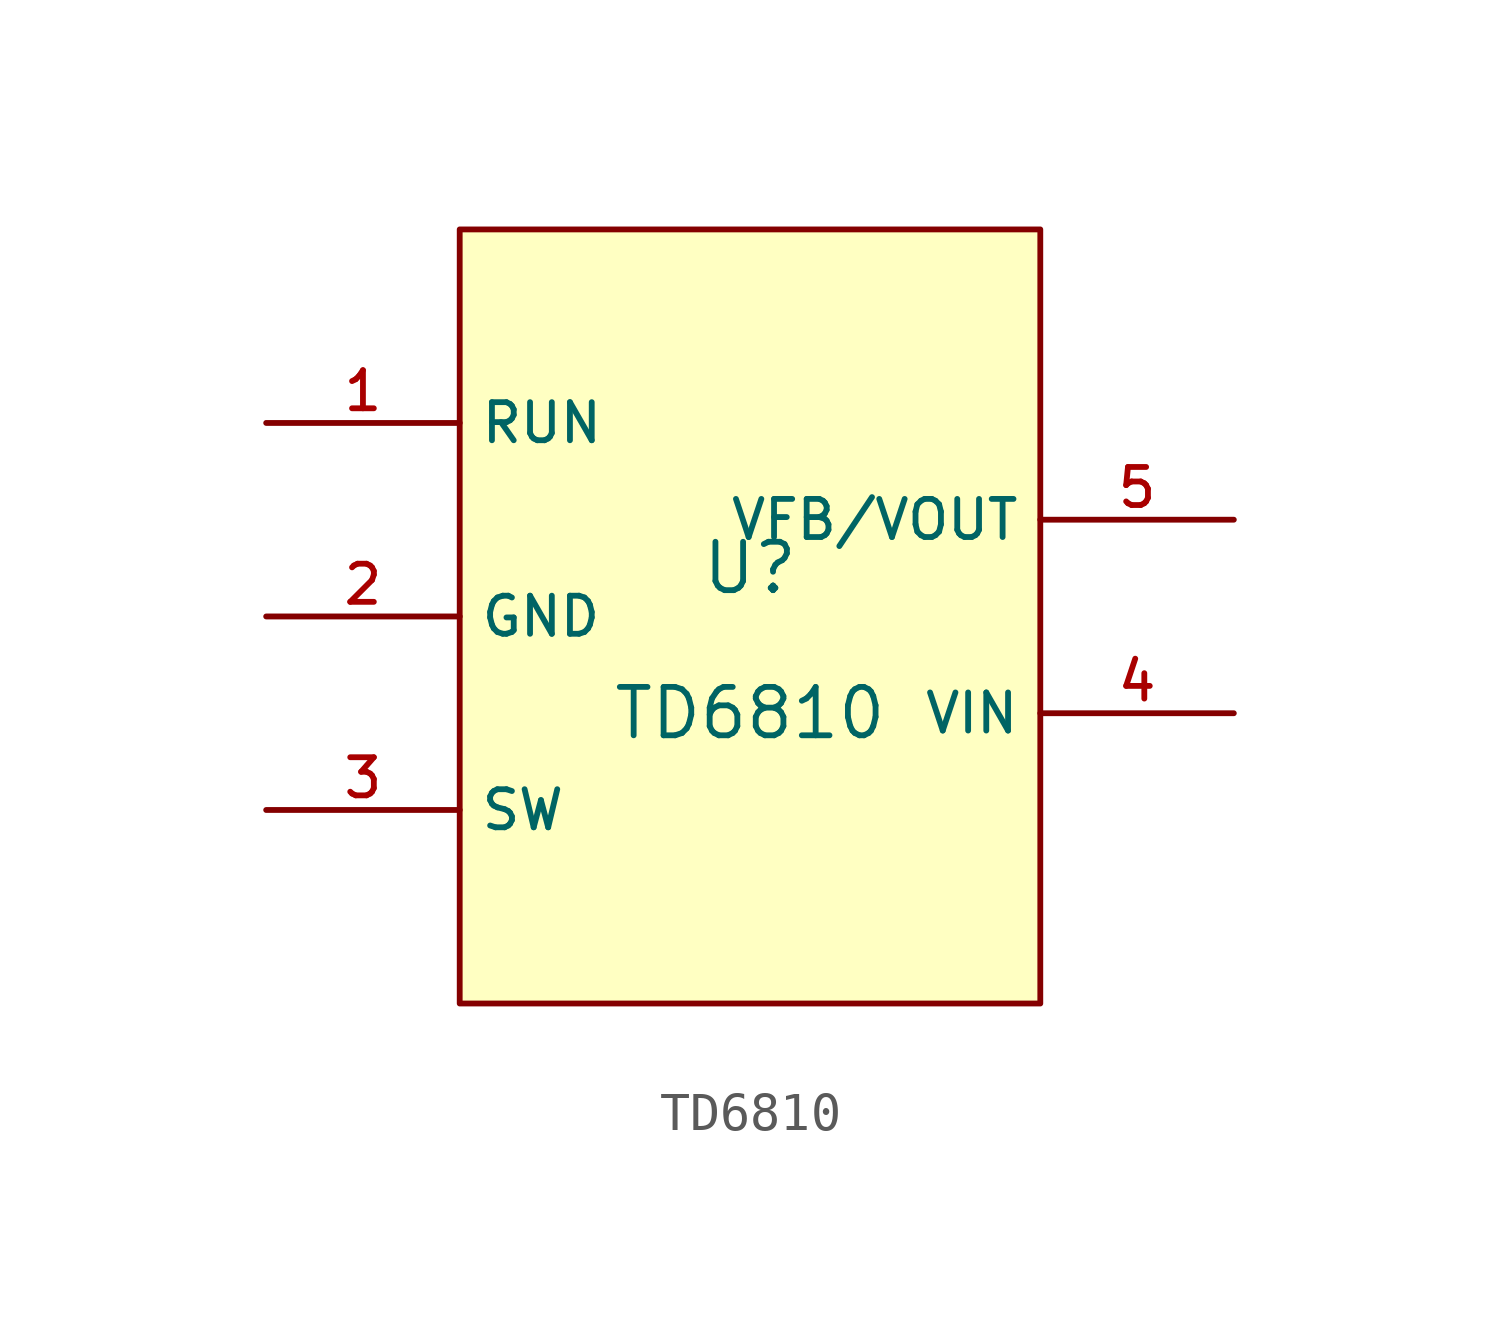
<source format=kicad_sym>
(kicad_symbol_lib
  (version 20220914)
  (generator kicad_symbol_editor)
  (symbol "TD6810"
    (property "Reference" "U"
      (at 0 1.27 0)
      (effects (font (size 1.27 1.27))))
    (property "Value" "TD6810"
      (at 0 -2.54 0)
      (effects (font (size 1.27 1.27))))
    (symbol "TD6810_0_1"
      (rectangle (start -7.62 10.16) (end 7.62 -10.16) (stroke (width 0) (type default)) (fill (type background))))
    (symbol "TD6810_1_1"
      (pin passive line (at -12.7 5.08 0) (length 5.08) (name "RUN" (effects (font (size 1 1)))) (number "1" (effects (font (size 1 1)))))
      (pin passive line (at -12.7 0 0) (length 5.08) (name "GND" (effects (font (size 1 1)))) (number "2" (effects (font (size 1 1)))))
      (pin passive line (at -12.7 -5.08 0) (length 5.08) (name "SW" (effects (font (size 1 1)))) (number "3" (effects (font (size 1 1)))))
      (pin passive line (at 12.7 -2.54 180) (length 5.08) (name "VIN" (effects (font (size 1 1)))) (number "4" (effects (font (size 1 1)))))
      (pin passive line (at 12.7 2.54 180) (length 5.08) (name "VFB/VOUT" (effects (font (size 1 1)))) (number "5" (effects (font (size 1 1))))))))
</source>
